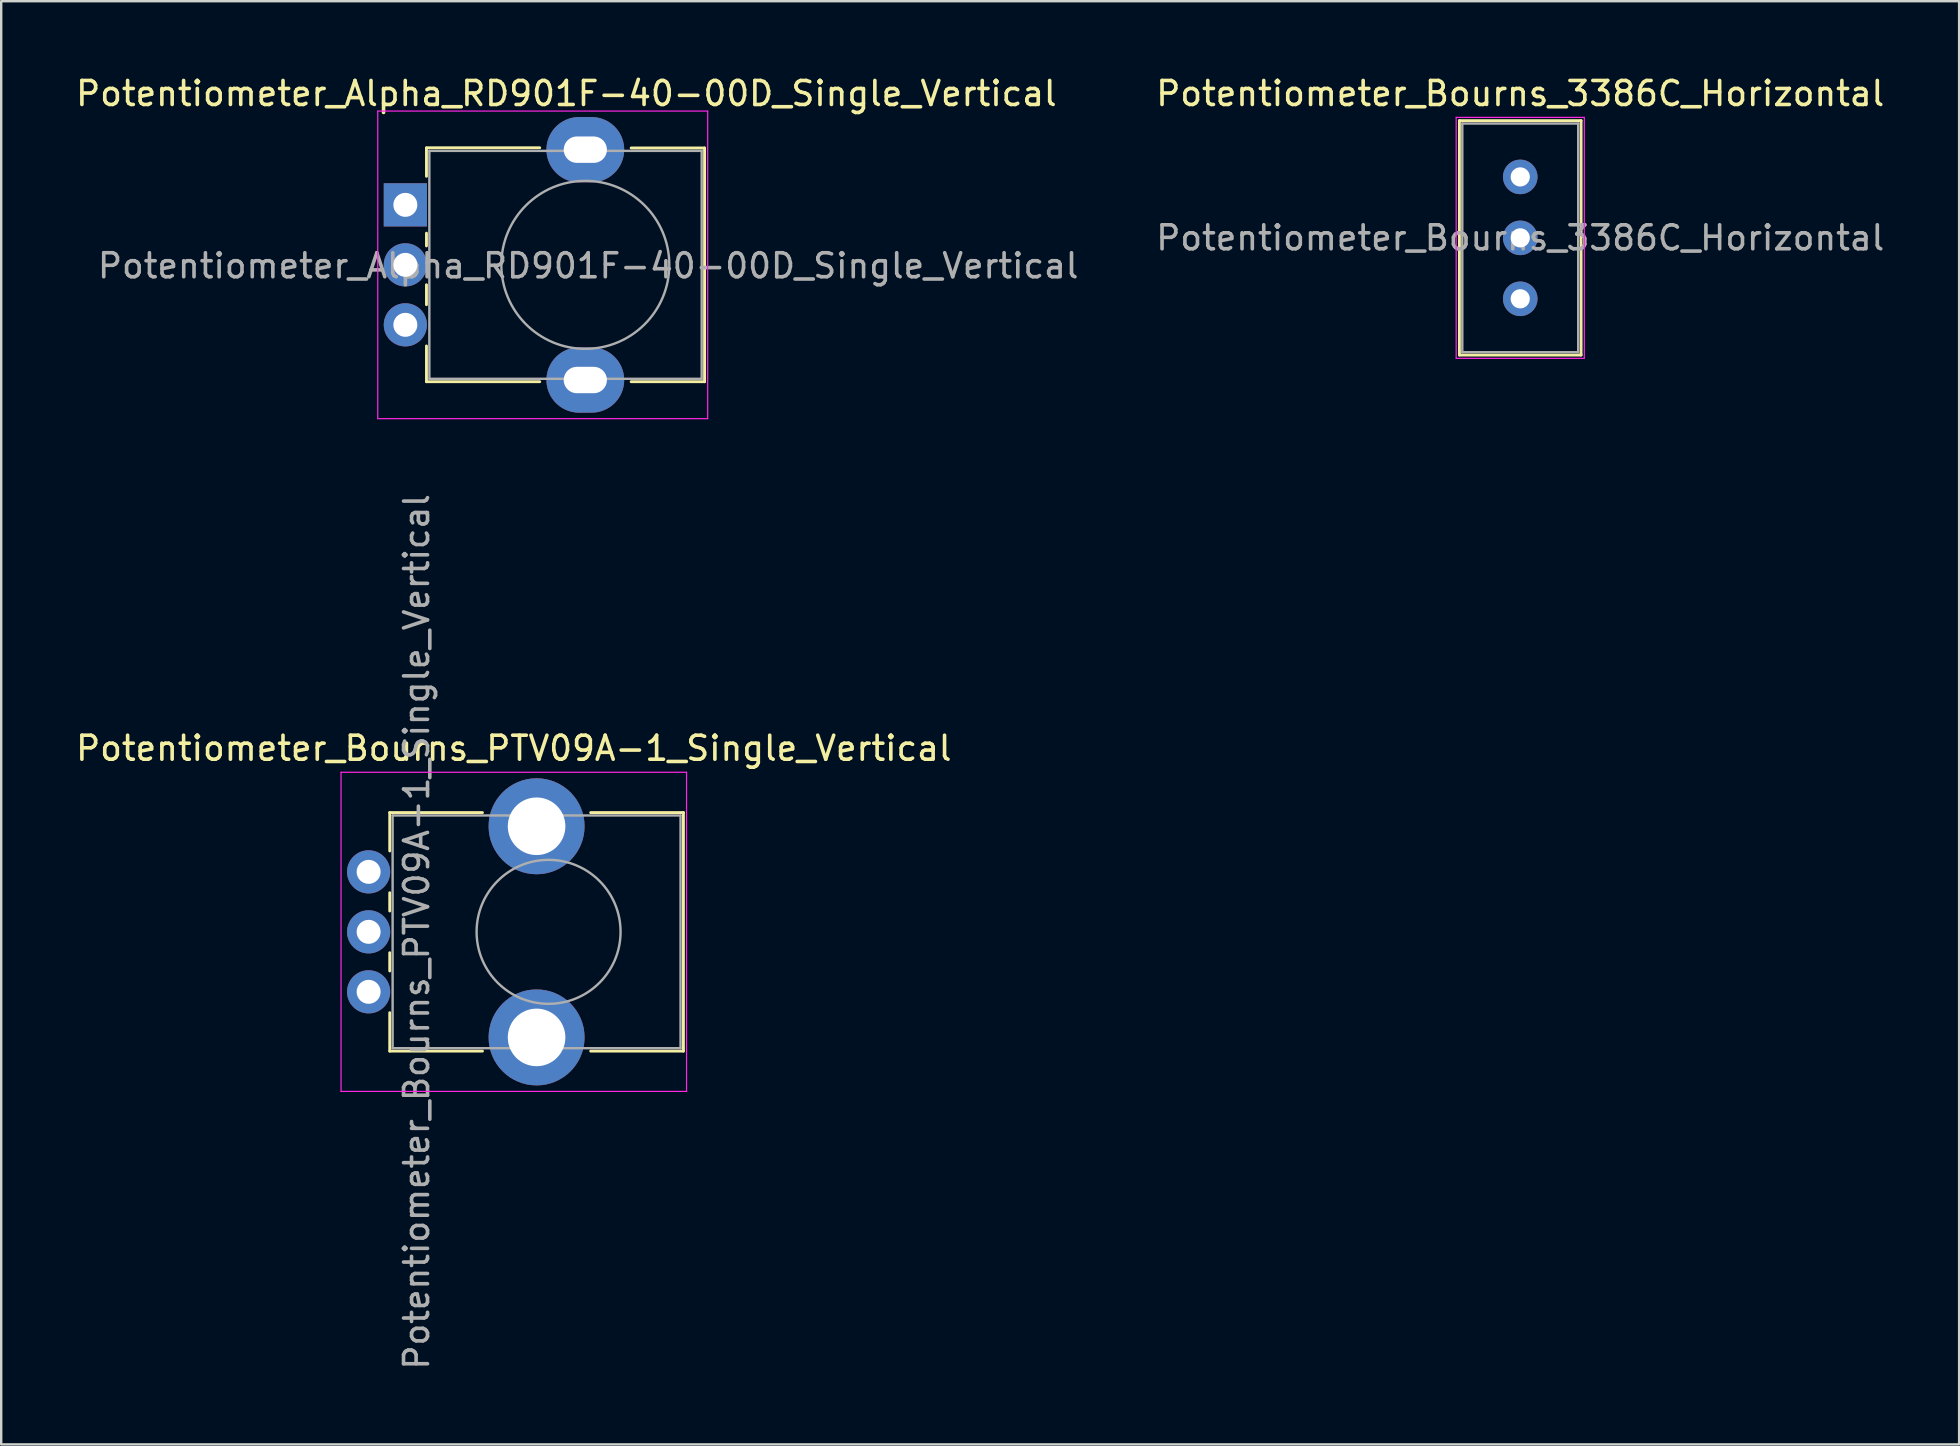
<source format=kicad_pcb>
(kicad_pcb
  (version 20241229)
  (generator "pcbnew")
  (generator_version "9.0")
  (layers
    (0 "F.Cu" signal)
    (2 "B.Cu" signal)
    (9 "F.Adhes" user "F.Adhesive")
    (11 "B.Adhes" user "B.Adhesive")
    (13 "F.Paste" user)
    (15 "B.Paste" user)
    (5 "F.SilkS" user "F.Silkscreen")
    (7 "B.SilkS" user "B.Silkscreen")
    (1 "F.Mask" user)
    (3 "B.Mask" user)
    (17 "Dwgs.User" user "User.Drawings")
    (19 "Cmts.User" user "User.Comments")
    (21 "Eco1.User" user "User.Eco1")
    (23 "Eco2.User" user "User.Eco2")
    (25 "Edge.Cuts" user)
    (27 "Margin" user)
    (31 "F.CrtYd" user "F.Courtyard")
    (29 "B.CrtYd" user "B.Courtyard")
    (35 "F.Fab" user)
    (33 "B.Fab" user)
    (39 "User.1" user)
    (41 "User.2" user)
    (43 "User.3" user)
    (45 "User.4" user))
  (footprint "Potentiometer_Bourns_3386C_Horizontal"
    (layer "F.Cu")
    (at 60.309 4.323)
    (property "Reference" "Potentiometer_Bourns_3386C_Horizontal" (at 0 -3.475 0) (layer "F.SilkS") (effects (font (size 1 1) (thickness 0.15))))
    (attr through_hole)
    (fp_line (start -2.535 -2.345) (end -2.535 7.425) (stroke (width 0.12) (type solid)) (layer "F.SilkS"))
    (fp_line (start -2.535 -2.345) (end 2.535 -2.345) (stroke (width 0.12) (type solid)) (layer "F.SilkS"))
    (fp_line (start -2.535 7.425) (end 2.535 7.425) (stroke (width 0.12) (type solid)) (layer "F.SilkS"))
    (fp_line (start 2.535 -2.345) (end 2.535 7.425) (stroke (width 0.12) (type solid)) (layer "F.SilkS"))
    (fp_line (start -2.67 -2.48) (end -2.67 7.56) (stroke (width 0.05) (type solid)) (layer "F.CrtYd"))
    (fp_line (start -2.67 7.56) (end 2.67 7.56) (stroke (width 0.05) (type solid)) (layer "F.CrtYd"))
    (fp_line (start 2.67 -2.48) (end -2.67 -2.48) (stroke (width 0.05) (type solid)) (layer "F.CrtYd"))
    (fp_line (start 2.67 7.56) (end 2.67 -2.48) (stroke (width 0.05) (type solid)) (layer "F.CrtYd"))
    (fp_line (start -2.415 -2.225) (end 2.415 -2.225) (stroke (width 0.1) (type solid)) (layer "F.Fab"))
    (fp_line (start -2.415 7.305) (end -2.415 -2.225) (stroke (width 0.1) (type solid)) (layer "F.Fab"))
    (fp_line (start 2.415 -2.225) (end 2.415 7.305) (stroke (width 0.1) (type solid)) (layer "F.Fab"))
    (fp_line (start 2.415 7.305) (end -2.415 7.305) (stroke (width 0.1) (type solid)) (layer "F.Fab"))
    (fp_text user "${REFERENCE}" (at 0 2.54 0) (layer "F.Fab") (effects (font (size 1 1) (thickness 0.15))))
    (pad "1" thru_hole circle (at 0 0) (size 1.44 1.44) (drill 0.8) (layers "*.Cu" "*.Mask"))
    (pad "2" thru_hole circle (at 0 2.54) (size 1.44 1.44) (drill 0.8) (layers "*.Cu" "*.Mask"))
    (pad "3" thru_hole circle (at 0 5.08) (size 1.44 1.44) (drill 0.8) (layers "*.Cu" "*.Mask")))
  (footprint "Potentiometer_Alpha_RD901F-40-00D_Single_Vertical"
    (layer "F.Cu")
    (at 13.844 5.488)
    (property "Reference" "Potentiometer_Alpha_RD901F-40-00D_Single_Vertical" (at 6.71 -4.64 180) (layer "F.SilkS") (effects (font (size 1 1) (thickness 0.15))))
    (attr through_hole)
    (fp_line (start 0.88 -2.38) (end 5.6 -2.38) (stroke (width 0.12) (type solid)) (layer "F.SilkS"))
    (fp_line (start 0.88 -1.19) (end 0.88 -2.37) (stroke (width 0.12) (type solid)) (layer "F.SilkS"))
    (fp_line (start 0.88 1.71) (end 0.88 1.18) (stroke (width 0.12) (type solid)) (layer "F.SilkS"))
    (fp_line (start 0.88 4.16) (end 0.88 3.33) (stroke (width 0.12) (type solid)) (layer "F.SilkS"))
    (fp_line (start 0.88 7.37) (end 0.88 5.88) (stroke (width 0.12) (type solid)) (layer "F.SilkS"))
    (fp_line (start 0.88 7.37) (end 5.6 7.37) (stroke (width 0.12) (type solid)) (layer "F.SilkS"))
    (fp_line (start 9.41 -2.37) (end 12.47 -2.37) (stroke (width 0.12) (type solid)) (layer "F.SilkS"))
    (fp_line (start 9.41 7.37) (end 12.47 7.37) (stroke (width 0.12) (type solid)) (layer "F.SilkS"))
    (fp_line (start 12.47 7.37) (end 12.47 -2.37) (stroke (width 0.12) (type solid)) (layer "F.SilkS"))
    (fp_line (start -1.15 -3.91) (end -1.15 8.91) (stroke (width 0.05) (type solid)) (layer "F.CrtYd"))
    (fp_line (start -1.15 8.91) (end 12.6 8.91) (stroke (width 0.05) (type solid)) (layer "F.CrtYd"))
    (fp_line (start 12.6 -3.91) (end -1.15 -3.91) (stroke (width 0.05) (type solid)) (layer "F.CrtYd"))
    (fp_line (start 12.6 8.91) (end 12.6 -3.91) (stroke (width 0.05) (type solid)) (layer "F.CrtYd"))
    (fp_line (start 1 -2.25) (end 12.35 -2.25) (stroke (width 0.1) (type solid)) (layer "F.Fab"))
    (fp_line (start 1 7.25) (end 1 -2.25) (stroke (width 0.1) (type solid)) (layer "F.Fab"))
    (fp_line (start 1 7.25) (end 12.35 7.25) (stroke (width 0.1) (type solid)) (layer "F.Fab"))
    (fp_line (start 12.35 7.25) (end 12.35 -2.25) (stroke (width 0.1) (type solid)) (layer "F.Fab"))
    (fp_circle (center 7.5 2.5) (end 7.5 -1) (stroke (width 0.1) (type solid)) (fill no) (layer "F.Fab"))
    (fp_text user "${REFERENCE}" (at 7.62 2.54 0) (layer "F.Fab") (effects (font (size 1 1) (thickness 0.15))))
    (pad "" thru_hole oval (at 7.5 -2.3 90) (size 2.72 3.24) (drill oval 1.1 1.8) (layers "*.Cu" "*.Mask"))
    (pad "" thru_hole oval (at 7.5 7.3 90) (size 2.72 3.24) (drill oval 1.1 1.8) (layers "*.Cu" "*.Mask"))
    (pad "1" thru_hole rect (at 0 0 90) (size 1.8 1.8) (drill 1) (layers "*.Cu" "*.Mask"))
    (pad "2" thru_hole circle (at 0 2.5 90) (size 1.8 1.8) (drill 1) (layers "*.Cu" "*.Mask"))
    (pad "3" thru_hole circle (at 0 5 90) (size 1.8 1.8) (drill 1) (layers "*.Cu" "*.Mask")))
  (footprint "Potentiometer_Bourns_PTV09A-1_Single_Vertical"
    (layer "F.Cu")
    (at 19.313 35.746)
    (property "Reference" "Potentiometer_Bourns_PTV09A-1_Single_Vertical" (at -0.95 -7.61 0) (layer "F.SilkS") (effects (font (size 1 1) (thickness 0.15))))
    (attr through_hole)
    (fp_line (start -6.12 -4.93) (end -6.12 -3.331) (stroke (width 0.12) (type solid)) (layer "F.SilkS"))
    (fp_line (start -6.12 -4.93) (end -2.255 -4.93) (stroke (width 0.12) (type solid)) (layer "F.SilkS"))
    (fp_line (start -6.12 -1.589) (end -6.12 -0.83) (stroke (width 0.12) (type solid)) (layer "F.SilkS"))
    (fp_line (start -6.12 0.911) (end -6.12 1.67) (stroke (width 0.12) (type solid)) (layer "F.SilkS"))
    (fp_line (start -6.12 3.41) (end -6.12 5.01) (stroke (width 0.12) (type solid)) (layer "F.SilkS"))
    (fp_line (start -6.12 5.01) (end -2.255 5.01) (stroke (width 0.12) (type solid)) (layer "F.SilkS"))
    (fp_line (start 2.255 -4.93) (end 6.12 -4.93) (stroke (width 0.12) (type solid)) (layer "F.SilkS"))
    (fp_line (start 2.255 5.01) (end 6.12 5.01) (stroke (width 0.12) (type solid)) (layer "F.SilkS"))
    (fp_line (start 6.12 -4.93) (end 6.12 5.01) (stroke (width 0.12) (type solid)) (layer "F.SilkS"))
    (fp_line (start -8.15 -6.61) (end -8.15 6.69) (stroke (width 0.05) (type solid)) (layer "F.CrtYd"))
    (fp_line (start -8.15 6.69) (end 6.25 6.69) (stroke (width 0.05) (type solid)) (layer "F.CrtYd"))
    (fp_line (start 6.25 -6.61) (end -8.15 -6.61) (stroke (width 0.05) (type solid)) (layer "F.CrtYd"))
    (fp_line (start 6.25 6.69) (end 6.25 -6.61) (stroke (width 0.05) (type solid)) (layer "F.CrtYd"))
    (fp_line (start -6 -4.81) (end -6 4.89) (stroke (width 0.1) (type solid)) (layer "F.Fab"))
    (fp_line (start -6 4.89) (end 6 4.89) (stroke (width 0.1) (type solid)) (layer "F.Fab"))
    (fp_line (start 6 -4.81) (end -6 -4.81) (stroke (width 0.1) (type solid)) (layer "F.Fab"))
    (fp_line (start 6 4.89) (end 6 -4.81) (stroke (width 0.1) (type solid)) (layer "F.Fab"))
    (fp_circle (center 0.5 0.04) (end 3.5 0.04) (stroke (width 0.1) (type solid)) (fill no) (layer "F.Fab"))
    (fp_text user "${REFERENCE}" (at -5 0.04 90) (layer "F.Fab") (effects (font (size 1 1) (thickness 0.15))))
    (pad "" np_thru_hole circle (at 0 -4.36) (size 4 4) (drill 2.4) (layers "*.Cu" "*.Mask"))
    (pad "" np_thru_hole circle (at 0 4.44) (size 4 4) (drill 2.4) (layers "*.Cu" "*.Mask"))
    (pad "1" thru_hole circle (at -7 2.54) (size 1.8 1.8) (drill 1) (layers "*.Cu" "*.Mask"))
    (pad "2" thru_hole circle (at -7 0.04) (size 1.8 1.8) (drill 1) (layers "*.Cu" "*.Mask"))
    (pad "3" thru_hole circle (at -7 -2.46) (size 1.8 1.8) (drill 1) (layers "*.Cu" "*.Mask")))
  (gr_rect
    (start -3 -3)
    (end 78.6 57.149)
    (stroke (width 0.1) (type default))
    (fill no)
    (layer "Edge.Cuts")))
</source>
